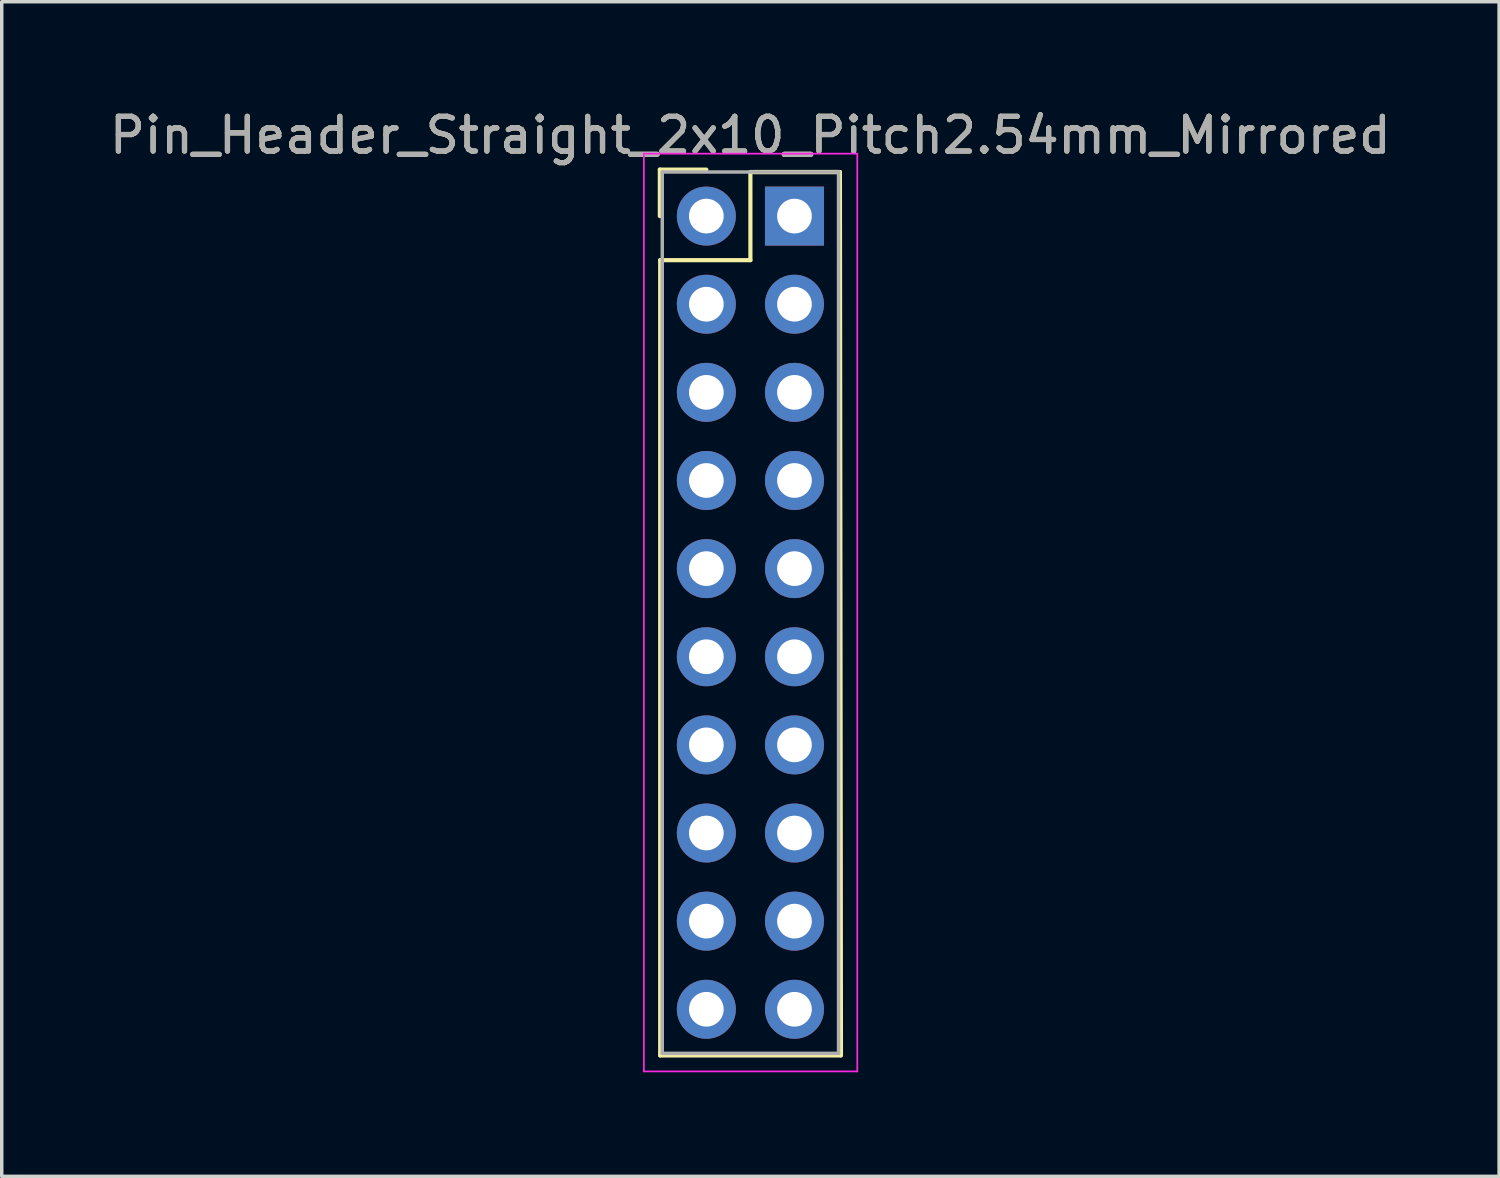
<source format=kicad_pcb>
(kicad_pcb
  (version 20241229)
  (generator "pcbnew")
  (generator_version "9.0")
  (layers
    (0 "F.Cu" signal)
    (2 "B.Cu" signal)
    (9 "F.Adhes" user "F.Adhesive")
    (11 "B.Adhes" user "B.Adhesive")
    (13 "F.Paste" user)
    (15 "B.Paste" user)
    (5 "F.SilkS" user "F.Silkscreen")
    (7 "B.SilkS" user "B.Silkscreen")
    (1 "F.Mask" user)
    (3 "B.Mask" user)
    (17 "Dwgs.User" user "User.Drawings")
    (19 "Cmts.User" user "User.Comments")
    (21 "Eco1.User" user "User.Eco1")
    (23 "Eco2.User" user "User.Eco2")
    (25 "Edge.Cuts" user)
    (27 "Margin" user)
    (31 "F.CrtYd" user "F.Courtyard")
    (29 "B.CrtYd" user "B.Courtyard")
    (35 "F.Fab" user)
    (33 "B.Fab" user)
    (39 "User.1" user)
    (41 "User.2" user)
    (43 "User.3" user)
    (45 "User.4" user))
  (footprint "Pin_Header_Straight_2x10_Pitch2.54mm_Mirrored"
    (layer "F.Cu")
    (at 17.307 3.178)
    (property "Reference" "Pin_Header_Straight_2x10_Pitch2.54mm_Mirrored" (at 1.27 -2.33 0) (layer "F.SilkS") (effects (font (size 1 1) (thickness 0.15))))
    (attr through_hole)
    (fp_line (start -1.34 -1.34) (end 0 -1.34) (stroke (width 0.12) (type solid)) (layer "F.SilkS"))
    (fp_line (start -1.34 0) (end -1.34 -1.34) (stroke (width 0.12) (type solid)) (layer "F.SilkS"))
    (fp_line (start -1.33 1.27) (end -1.33 24.19) (stroke (width 0.12) (type solid)) (layer "F.SilkS"))
    (fp_line (start -1.33 24.19) (end 3.87 24.19) (stroke (width 0.12) (type solid)) (layer "F.SilkS"))
    (fp_line (start 1.27 -1.27) (end 3.81 -1.27) (stroke (width 0.12) (type solid)) (layer "F.SilkS"))
    (fp_line (start 1.27 1.27) (end -1.33 1.27) (stroke (width 0.12) (type solid)) (layer "F.SilkS"))
    (fp_line (start 1.27 1.27) (end 1.27 -1.27) (stroke (width 0.12) (type solid)) (layer "F.SilkS"))
    (fp_line (start 3.85 -1.27) (end 1.38 -1.27) (stroke (width 0.12) (type solid)) (layer "F.SilkS"))
    (fp_line (start 3.88 24.19) (end 3.85 -1.27) (stroke (width 0.12) (type solid)) (layer "F.SilkS"))
    (fp_line (start -1.8 -1.8) (end -1.8 24.65) (stroke (width 0.05) (type solid)) (layer "F.CrtYd"))
    (fp_line (start -1.8 24.65) (end 4.35 24.65) (stroke (width 0.05) (type solid)) (layer "F.CrtYd"))
    (fp_line (start 4.35 -1.8) (end -1.8 -1.8) (stroke (width 0.05) (type solid)) (layer "F.CrtYd"))
    (fp_line (start 4.35 24.65) (end 4.35 -1.8) (stroke (width 0.05) (type solid)) (layer "F.CrtYd"))
    (fp_line (start -1.27 -1.27) (end -1.27 24.13) (stroke (width 0.1) (type solid)) (layer "F.Fab"))
    (fp_line (start -1.27 24.13) (end 3.81 24.13) (stroke (width 0.1) (type solid)) (layer "F.Fab"))
    (fp_line (start 3.81 -1.27) (end -1.27 -1.27) (stroke (width 0.1) (type solid)) (layer "F.Fab"))
    (fp_line (start 3.81 24.13) (end 3.81 -1.27) (stroke (width 0.1) (type solid)) (layer "F.Fab"))
    (fp_text user "${REFERENCE}" (at 1.27 -2.33 0) (layer "F.Fab") (effects (font (size 1 1) (thickness 0.15))))
    (pad "1" thru_hole rect (at 2.54 0) (size 1.7 1.7) (drill 1) (layers "*.Cu" "*.Mask"))
    (pad "2" thru_hole oval (at 0 0) (size 1.7 1.7) (drill 1) (layers "*.Cu" "*.Mask"))
    (pad "3" thru_hole oval (at 2.54 2.54) (size 1.7 1.7) (drill 1) (layers "*.Cu" "*.Mask"))
    (pad "4" thru_hole oval (at 0 2.54) (size 1.7 1.7) (drill 1) (layers "*.Cu" "*.Mask"))
    (pad "5" thru_hole oval (at 2.54 5.08) (size 1.7 1.7) (drill 1) (layers "*.Cu" "*.Mask"))
    (pad "6" thru_hole oval (at 0 5.08) (size 1.7 1.7) (drill 1) (layers "*.Cu" "*.Mask"))
    (pad "7" thru_hole oval (at 2.54 7.62) (size 1.7 1.7) (drill 1) (layers "*.Cu" "*.Mask"))
    (pad "8" thru_hole oval (at 0 7.62) (size 1.7 1.7) (drill 1) (layers "*.Cu" "*.Mask"))
    (pad "9" thru_hole oval (at 2.54 10.16) (size 1.7 1.7) (drill 1) (layers "*.Cu" "*.Mask"))
    (pad "10" thru_hole oval (at 0 10.16) (size 1.7 1.7) (drill 1) (layers "*.Cu" "*.Mask"))
    (pad "11" thru_hole oval (at 2.54 12.7) (size 1.7 1.7) (drill 1) (layers "*.Cu" "*.Mask"))
    (pad "12" thru_hole oval (at 0 12.7) (size 1.7 1.7) (drill 1) (layers "*.Cu" "*.Mask"))
    (pad "13" thru_hole oval (at 2.54 15.24) (size 1.7 1.7) (drill 1) (layers "*.Cu" "*.Mask"))
    (pad "14" thru_hole oval (at 0 15.24) (size 1.7 1.7) (drill 1) (layers "*.Cu" "*.Mask"))
    (pad "15" thru_hole oval (at 2.54 17.78) (size 1.7 1.7) (drill 1) (layers "*.Cu" "*.Mask"))
    (pad "16" thru_hole oval (at 0 17.78) (size 1.7 1.7) (drill 1) (layers "*.Cu" "*.Mask"))
    (pad "17" thru_hole oval (at 2.54 20.32) (size 1.7 1.7) (drill 1) (layers "*.Cu" "*.Mask"))
    (pad "18" thru_hole oval (at 0 20.32) (size 1.7 1.7) (drill 1) (layers "*.Cu" "*.Mask"))
    (pad "19" thru_hole oval (at 2.54 22.86) (size 1.7 1.7) (drill 1) (layers "*.Cu" "*.Mask"))
    (pad "20" thru_hole oval (at 0 22.86) (size 1.7 1.7) (drill 1) (layers "*.Cu" "*.Mask")))
  (gr_rect
    (start -3 -3)
    (end 40.155 30.853)
    (stroke (width 0.1) (type default))
    (fill no)
    (layer "Edge.Cuts")))
</source>
